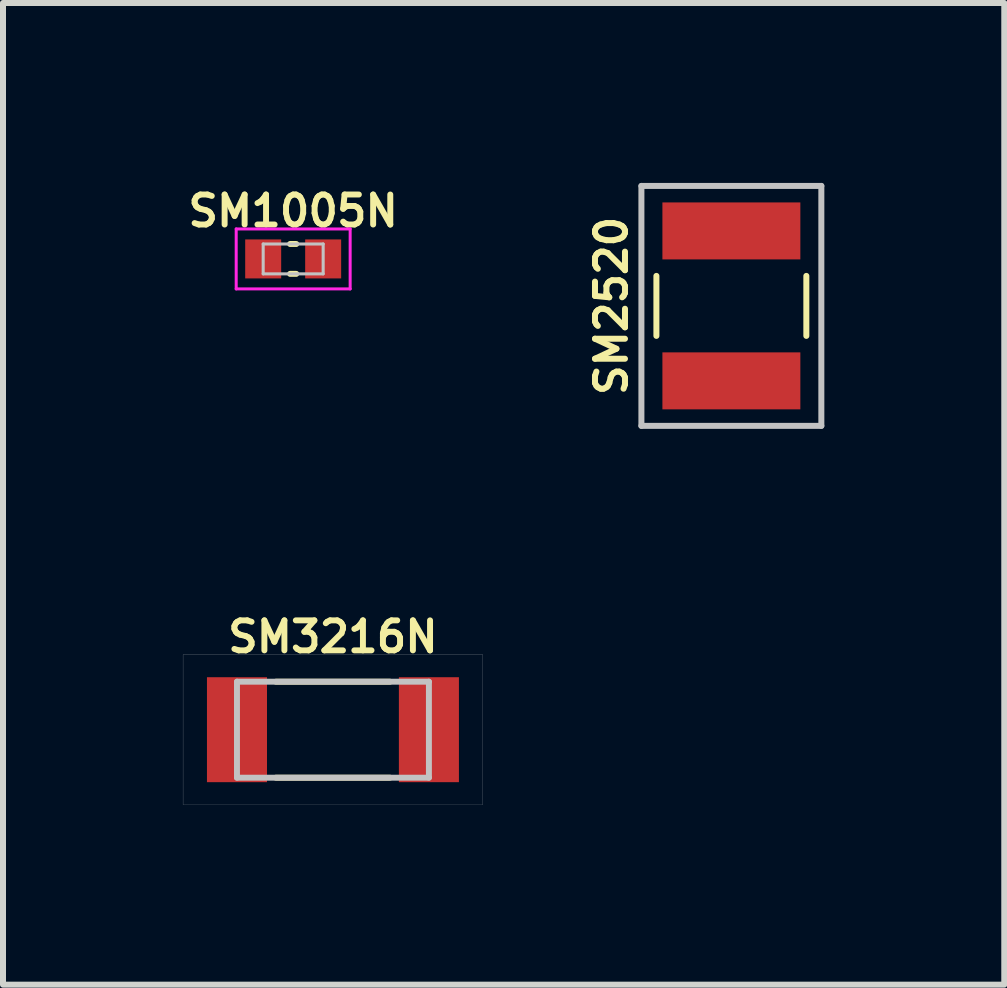
<source format=kicad_pcb>
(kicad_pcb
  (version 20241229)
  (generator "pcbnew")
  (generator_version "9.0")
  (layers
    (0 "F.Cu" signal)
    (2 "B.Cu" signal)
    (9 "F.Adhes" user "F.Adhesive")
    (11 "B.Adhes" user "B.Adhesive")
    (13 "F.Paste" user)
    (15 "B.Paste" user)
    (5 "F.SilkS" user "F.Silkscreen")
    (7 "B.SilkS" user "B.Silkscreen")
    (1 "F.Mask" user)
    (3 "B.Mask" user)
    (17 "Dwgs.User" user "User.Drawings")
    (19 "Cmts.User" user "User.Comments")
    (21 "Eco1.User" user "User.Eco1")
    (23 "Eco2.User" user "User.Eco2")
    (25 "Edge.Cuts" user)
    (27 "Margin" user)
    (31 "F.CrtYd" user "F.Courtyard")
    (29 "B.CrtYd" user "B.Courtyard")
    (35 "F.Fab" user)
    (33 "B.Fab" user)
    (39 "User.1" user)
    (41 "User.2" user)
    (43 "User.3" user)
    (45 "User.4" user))
  (footprint "SM1005N"
    (layer "F.Cu")
    (at 1.838 1.267)
    (property "Reference" "SM1005N" (at 0 -0.8 0) (layer "F.SilkS") (effects (font (size 0.5 0.5) (thickness 0.099))))
    (attr smd)
    (fp_line (start -0.051 -0.249) (end 0.051 -0.249) (stroke (width 0.099) (type solid)) (layer "F.SilkS"))
    (fp_line (start -0.051 0.249) (end 0.051 0.249) (stroke (width 0.099) (type solid)) (layer "F.SilkS"))
    (fp_line (start -0.5 -0.249) (end -0.5 0.249) (stroke (width 0.051) (type solid)) (layer "Dwgs.User"))
    (fp_line (start -0.5 0.249) (end 0.5 0.249) (stroke (width 0.051) (type solid)) (layer "Dwgs.User"))
    (fp_line (start 0.5 -0.249) (end -0.5 -0.249) (stroke (width 0.051) (type solid)) (layer "Dwgs.User"))
    (fp_line (start 0.5 0.249) (end 0.5 -0.249) (stroke (width 0.051) (type solid)) (layer "Dwgs.User"))
    (fp_line (start -0.95 -0.5) (end 0.95 -0.5) (stroke (width 0.05) (type solid)) (layer "F.CrtYd"))
    (fp_line (start -0.95 0.5) (end -0.95 -0.5) (stroke (width 0.05) (type solid)) (layer "F.CrtYd"))
    (fp_line (start 0.95 -0.5) (end 0.95 0.5) (stroke (width 0.05) (type solid)) (layer "F.CrtYd"))
    (fp_line (start 0.95 0.5) (end -0.95 0.5) (stroke (width 0.05) (type solid)) (layer "F.CrtYd"))
    (pad "1" smd rect (at -0.5 0) (size 0.6 0.65) (layers "F.Cu" "F.Mask" "F.Paste"))
    (pad "2" smd rect (at 0.5 0) (size 0.6 0.65) (layers "F.Cu" "F.Mask" "F.Paste")))
  (footprint "SM3216N"
    (layer "F.Cu")
    (at 2.501 9.116)
    (property "Reference" "SM3216N" (at 0 -1.549 0) (layer "F.SilkS") (effects (font (size 0.5 0.5) (thickness 0.099))))
    (attr smd)
    (fp_line (start -0.95 -0.8) (end 0.95 -0.8) (stroke (width 0.099) (type solid)) (layer "F.SilkS"))
    (fp_line (start -0.95 0.8) (end 0.95 0.8) (stroke (width 0.099) (type solid)) (layer "F.SilkS"))
    (fp_line (start -2.499 -1.25) (end -2.499 1.25) (stroke (width 0.003) (type solid)) (layer "Dwgs.User"))
    (fp_line (start -2.499 1.25) (end 2.499 1.25) (stroke (width 0.003) (type solid)) (layer "Dwgs.User"))
    (fp_line (start -1.6 -0.8) (end -1.6 0.8) (stroke (width 0.099) (type solid)) (layer "Dwgs.User"))
    (fp_line (start -1.6 0.8) (end 1.6 0.8) (stroke (width 0.099) (type solid)) (layer "Dwgs.User"))
    (fp_line (start 1.6 -0.8) (end -1.6 -0.8) (stroke (width 0.099) (type solid)) (layer "Dwgs.User"))
    (fp_line (start 1.6 0.8) (end 1.6 -0.8) (stroke (width 0.099) (type solid)) (layer "Dwgs.User"))
    (fp_line (start 2.499 -1.25) (end -2.499 -1.25) (stroke (width 0.003) (type solid)) (layer "Dwgs.User"))
    (fp_line (start 2.499 1.25) (end 2.499 -1.25) (stroke (width 0.003) (type solid)) (layer "Dwgs.User"))
    (pad "1" smd rect (at -1.6 0) (size 1.001 1.75) (layers "F.Cu" "F.Mask" "F.Paste"))
    (pad "2" smd rect (at 1.6 0) (size 1.001 1.75) (layers "F.Cu" "F.Mask" "F.Paste")))
  (footprint "SM2520"
    (layer "F.Cu")
    (at 9.144 2.05)
    (property "Reference" "SM2520" (at -2 0 90) (layer "F.SilkS") (effects (font (size 0.5 0.5) (thickness 0.1))))
    (attr through_hole)
    (fp_line (start -1.25 -0.5) (end -1.25 0.5) (stroke (width 0.1) (type solid)) (layer "F.SilkS"))
    (fp_line (start 1.25 -0.5) (end 1.25 0.5) (stroke (width 0.1) (type solid)) (layer "F.SilkS"))
    (fp_line (start -1.5 -2) (end 1.5 -2) (stroke (width 0.1) (type solid)) (layer "Dwgs.User"))
    (fp_line (start -1.5 2) (end -1.5 -2) (stroke (width 0.1) (type solid)) (layer "Dwgs.User"))
    (fp_line (start 1.5 -2) (end 1.5 2) (stroke (width 0.1) (type solid)) (layer "Dwgs.User"))
    (fp_line (start 1.5 2) (end -1.5 2) (stroke (width 0.1) (type solid)) (layer "Dwgs.User"))
    (pad "1" smd rect (at 0 -1.25) (size 2.3 0.95) (layers "F.Cu" "F.Mask" "F.Paste"))
    (pad "2" smd rect (at 0 1.25) (size 2.3 0.95) (layers "F.Cu" "F.Mask" "F.Paste")))
  (gr_rect
    (start -3 -3)
    (end 13.694 13.367)
    (stroke (width 0.1) (type default))
    (fill no)
    (layer "Edge.Cuts")))
</source>
